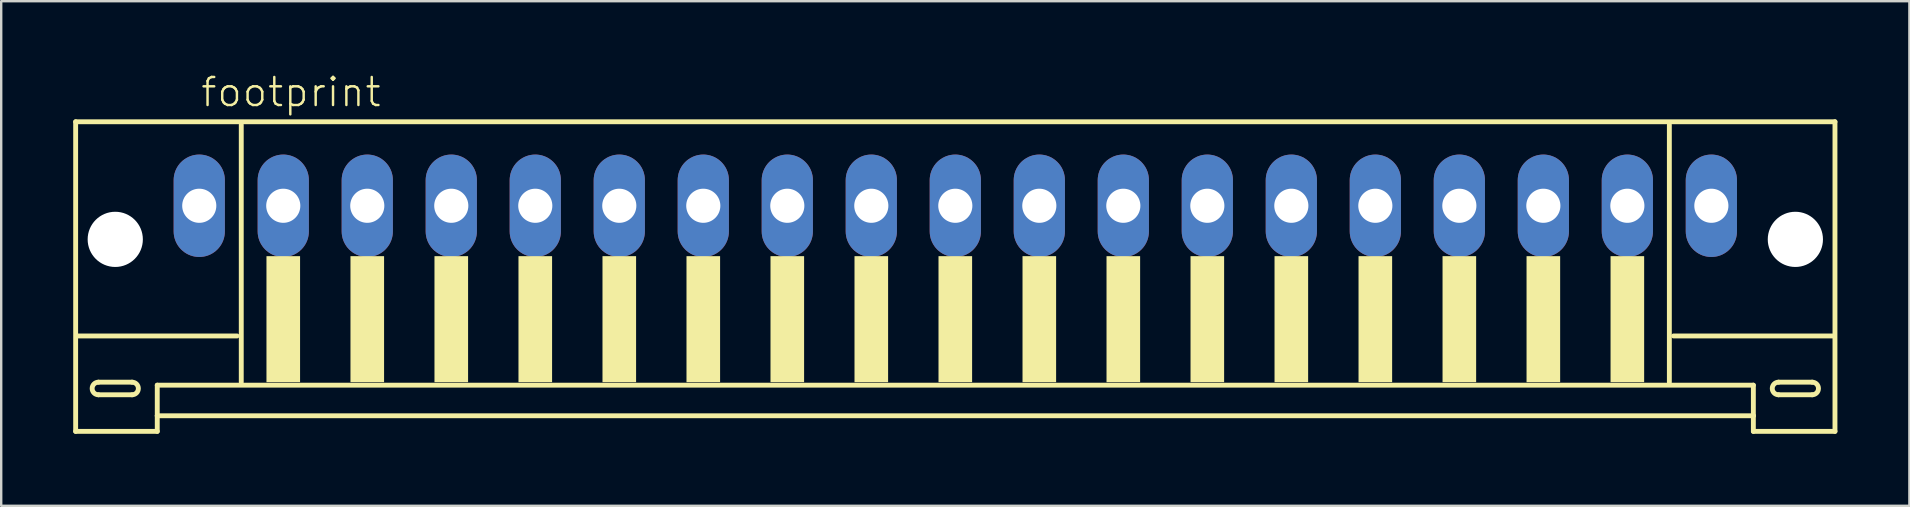
<source format=kicad_pcb>
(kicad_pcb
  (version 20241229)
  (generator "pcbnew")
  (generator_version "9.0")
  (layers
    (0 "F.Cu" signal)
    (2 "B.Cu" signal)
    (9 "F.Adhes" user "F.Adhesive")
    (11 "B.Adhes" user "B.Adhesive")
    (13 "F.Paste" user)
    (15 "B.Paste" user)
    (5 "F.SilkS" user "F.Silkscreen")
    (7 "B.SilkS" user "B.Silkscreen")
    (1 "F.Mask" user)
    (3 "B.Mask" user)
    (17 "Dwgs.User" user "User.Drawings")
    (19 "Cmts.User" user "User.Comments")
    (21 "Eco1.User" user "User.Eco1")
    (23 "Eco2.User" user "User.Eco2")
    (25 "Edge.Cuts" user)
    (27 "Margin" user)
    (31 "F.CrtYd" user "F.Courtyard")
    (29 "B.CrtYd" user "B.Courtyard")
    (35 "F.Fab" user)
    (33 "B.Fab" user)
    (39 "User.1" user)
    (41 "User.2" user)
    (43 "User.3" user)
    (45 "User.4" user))
  (footprint "footprint"
    (layer "F.Cu")
    (at 36.752 7.273)
    (property "Reference" "footprint" (at -31.5 -5.8 0) (layer "F.SilkS") (effects (font (size 1.168 1.168) (thickness 0.102)) (justify left bottom)))
    (fp_line (start -36.65 -5.25) (end -36.65 7.65) (stroke (width 0.203) (type solid)) (layer "F.SilkS"))
    (fp_line (start -36.65 7.65) (end -33.25 7.65) (stroke (width 0.203) (type solid)) (layer "F.SilkS"))
    (fp_line (start -35.7 5.6) (end -34.3 5.6) (stroke (width 0.203) (type solid)) (layer "F.SilkS"))
    (fp_line (start -34.3 6.125) (end -35.7 6.125) (stroke (width 0.203) (type solid)) (layer "F.SilkS"))
    (fp_line (start -33.25 5.725) (end 33.25 5.725) (stroke (width 0.203) (type solid)) (layer "F.SilkS"))
    (fp_line (start -33.25 7) (end -33.25 5.725) (stroke (width 0.203) (type solid)) (layer "F.SilkS"))
    (fp_line (start -33.25 7) (end 33.25 7) (stroke (width 0.203) (type solid)) (layer "F.SilkS"))
    (fp_line (start -33.25 7.65) (end -33.25 7) (stroke (width 0.203) (type solid)) (layer "F.SilkS"))
    (fp_line (start -29.925 3.675) (end -36.575 3.675) (stroke (width 0.203) (type solid)) (layer "F.SilkS"))
    (fp_line (start -29.75 -5.125) (end -29.75 5.6) (stroke (width 0.203) (type solid)) (layer "F.SilkS"))
    (fp_line (start 29.75 5.6) (end 29.75 -5.125) (stroke (width 0.203) (type solid)) (layer "F.SilkS"))
    (fp_line (start 33.25 5.725) (end 33.25 7) (stroke (width 0.203) (type solid)) (layer "F.SilkS"))
    (fp_line (start 33.25 7) (end 33.25 7.65) (stroke (width 0.203) (type solid)) (layer "F.SilkS"))
    (fp_line (start 33.25 7.65) (end 36.65 7.65) (stroke (width 0.203) (type solid)) (layer "F.SilkS"))
    (fp_line (start 34.3 5.6) (end 35.7 5.6) (stroke (width 0.203) (type solid)) (layer "F.SilkS"))
    (fp_line (start 35.7 6.125) (end 34.3 6.125) (stroke (width 0.203) (type solid)) (layer "F.SilkS"))
    (fp_line (start 36.575 3.675) (end 29.925 3.675) (stroke (width 0.203) (type solid)) (layer "F.SilkS"))
    (fp_line (start 36.65 -5.25) (end -36.65 -5.25) (stroke (width 0.203) (type solid)) (layer "F.SilkS"))
    (fp_line (start 36.65 7.65) (end 36.65 -5.25) (stroke (width 0.203) (type solid)) (layer "F.SilkS"))
    (fp_arc (start -35.7 6.125) (mid -35.9625 5.8625) (end -35.7 5.6) (stroke (width 0.2032) (type solid)) (layer "F.SilkS"))
    (fp_arc (start -34.3 5.6) (mid -34.0375 5.8625) (end -34.3 6.125) (stroke (width 0.2032) (type solid)) (layer "F.SilkS"))
    (fp_arc (start 34.3 6.125) (mid 34.0375 5.8625) (end 34.3 5.6) (stroke (width 0.2032) (type solid)) (layer "F.SilkS"))
    (fp_arc (start 35.7 5.6) (mid 35.9625 5.8625) (end 35.7 6.125) (stroke (width 0.2032) (type solid)) (layer "F.SilkS"))
    (fp_poly (pts (xy -28.7 5.6) (xy -27.3 5.6) (xy -27.3 0.35) (xy -28.7 0.35)) (stroke (width 0) (type solid)) (fill yes) (layer "F.SilkS"))
    (fp_poly (pts (xy -25.2 5.6) (xy -23.8 5.6) (xy -23.8 0.35) (xy -25.2 0.35)) (stroke (width 0) (type solid)) (fill yes) (layer "F.SilkS"))
    (fp_poly (pts (xy -21.7 5.6) (xy -20.3 5.6) (xy -20.3 0.35) (xy -21.7 0.35)) (stroke (width 0) (type solid)) (fill yes) (layer "F.SilkS"))
    (fp_poly (pts (xy -18.2 5.6) (xy -16.8 5.6) (xy -16.8 0.35) (xy -18.2 0.35)) (stroke (width 0) (type solid)) (fill yes) (layer "F.SilkS"))
    (fp_poly (pts (xy -14.7 5.6) (xy -13.3 5.6) (xy -13.3 0.35) (xy -14.7 0.35)) (stroke (width 0) (type solid)) (fill yes) (layer "F.SilkS"))
    (fp_poly (pts (xy -11.2 5.6) (xy -9.8 5.6) (xy -9.8 0.35) (xy -11.2 0.35)) (stroke (width 0) (type solid)) (fill yes) (layer "F.SilkS"))
    (fp_poly (pts (xy -7.7 5.6) (xy -6.3 5.6) (xy -6.3 0.35) (xy -7.7 0.35)) (stroke (width 0) (type solid)) (fill yes) (layer "F.SilkS"))
    (fp_poly (pts (xy -4.2 5.6) (xy -2.8 5.6) (xy -2.8 0.35) (xy -4.2 0.35)) (stroke (width 0) (type solid)) (fill yes) (layer "F.SilkS"))
    (fp_poly (pts (xy -0.7 5.6) (xy 0.7 5.6) (xy 0.7 0.35) (xy -0.7 0.35)) (stroke (width 0) (type solid)) (fill yes) (layer "F.SilkS"))
    (fp_poly (pts (xy 2.8 5.6) (xy 4.2 5.6) (xy 4.2 0.35) (xy 2.8 0.35)) (stroke (width 0) (type solid)) (fill yes) (layer "F.SilkS"))
    (fp_poly (pts (xy 6.3 5.6) (xy 7.7 5.6) (xy 7.7 0.35) (xy 6.3 0.35)) (stroke (width 0) (type solid)) (fill yes) (layer "F.SilkS"))
    (fp_poly (pts (xy 9.8 5.6) (xy 11.2 5.6) (xy 11.2 0.35) (xy 9.8 0.35)) (stroke (width 0) (type solid)) (fill yes) (layer "F.SilkS"))
    (fp_poly (pts (xy 13.3 5.6) (xy 14.7 5.6) (xy 14.7 0.35) (xy 13.3 0.35)) (stroke (width 0) (type solid)) (fill yes) (layer "F.SilkS"))
    (fp_poly (pts (xy 16.8 5.6) (xy 18.2 5.6) (xy 18.2 0.35) (xy 16.8 0.35)) (stroke (width 0) (type solid)) (fill yes) (layer "F.SilkS"))
    (fp_poly (pts (xy 20.3 5.6) (xy 21.7 5.6) (xy 21.7 0.35) (xy 20.3 0.35)) (stroke (width 0) (type solid)) (fill yes) (layer "F.SilkS"))
    (fp_poly (pts (xy 23.8 5.6) (xy 25.2 5.6) (xy 25.2 0.35) (xy 23.8 0.35)) (stroke (width 0) (type solid)) (fill yes) (layer "F.SilkS"))
    (fp_poly (pts (xy 27.3 5.6) (xy 28.7 5.6) (xy 28.7 0.35) (xy 27.3 0.35)) (stroke (width 0) (type solid)) (fill yes) (layer "F.SilkS"))
    (pad "" np_thru_hole circle (at -35 -0.35) (size 2.3 2.3) (drill 2.3) (layers "*.Cu" "*.Mask"))
    (pad "" np_thru_hole circle (at 35 -0.35) (size 2.3 2.3) (drill 2.3) (layers "*.Cu" "*.Mask"))
    (pad "1" thru_hole oval (at -31.5 -1.75 90) (size 4.267 2.134) (drill 1.422) (layers "*.Cu" "*.Mask"))
    (pad "2" thru_hole oval (at -28 -1.75 90) (size 4.267 2.134) (drill 1.422) (layers "*.Cu" "*.Mask"))
    (pad "3" thru_hole oval (at -24.5 -1.75 90) (size 4.267 2.134) (drill 1.422) (layers "*.Cu" "*.Mask"))
    (pad "4" thru_hole oval (at -21 -1.75 90) (size 4.267 2.134) (drill 1.422) (layers "*.Cu" "*.Mask"))
    (pad "5" thru_hole oval (at -17.5 -1.75 90) (size 4.267 2.134) (drill 1.422) (layers "*.Cu" "*.Mask"))
    (pad "6" thru_hole oval (at -14 -1.75 90) (size 4.267 2.134) (drill 1.422) (layers "*.Cu" "*.Mask"))
    (pad "7" thru_hole oval (at -10.5 -1.75 90) (size 4.267 2.134) (drill 1.422) (layers "*.Cu" "*.Mask"))
    (pad "8" thru_hole oval (at -7 -1.75 90) (size 4.267 2.134) (drill 1.422) (layers "*.Cu" "*.Mask"))
    (pad "9" thru_hole oval (at -3.5 -1.75 90) (size 4.267 2.134) (drill 1.422) (layers "*.Cu" "*.Mask"))
    (pad "10" thru_hole oval (at 0 -1.75 90) (size 4.267 2.134) (drill 1.422) (layers "*.Cu" "*.Mask"))
    (pad "11" thru_hole oval (at 3.5 -1.75 90) (size 4.267 2.134) (drill 1.422) (layers "*.Cu" "*.Mask"))
    (pad "12" thru_hole oval (at 7 -1.75 90) (size 4.267 2.134) (drill 1.422) (layers "*.Cu" "*.Mask"))
    (pad "13" thru_hole oval (at 10.5 -1.75 90) (size 4.267 2.134) (drill 1.422) (layers "*.Cu" "*.Mask"))
    (pad "14" thru_hole oval (at 14 -1.75 90) (size 4.267 2.134) (drill 1.422) (layers "*.Cu" "*.Mask"))
    (pad "15" thru_hole oval (at 17.5 -1.75 90) (size 4.267 2.134) (drill 1.422) (layers "*.Cu" "*.Mask"))
    (pad "16" thru_hole oval (at 21 -1.75 90) (size 4.267 2.134) (drill 1.422) (layers "*.Cu" "*.Mask"))
    (pad "17" thru_hole oval (at 24.5 -1.75 90) (size 4.267 2.134) (drill 1.422) (layers "*.Cu" "*.Mask"))
    (pad "18" thru_hole oval (at 28 -1.75 90) (size 4.267 2.134) (drill 1.422) (layers "*.Cu" "*.Mask"))
    (pad "19" thru_hole oval (at 31.5 -1.75 90) (size 4.267 2.134) (drill 1.422) (layers "*.Cu" "*.Mask")))
  (gr_rect
    (start -3 -3)
    (end 76.503 18.025)
    (stroke (width 0.1) (type default))
    (fill no)
    (layer "Edge.Cuts")))
</source>
